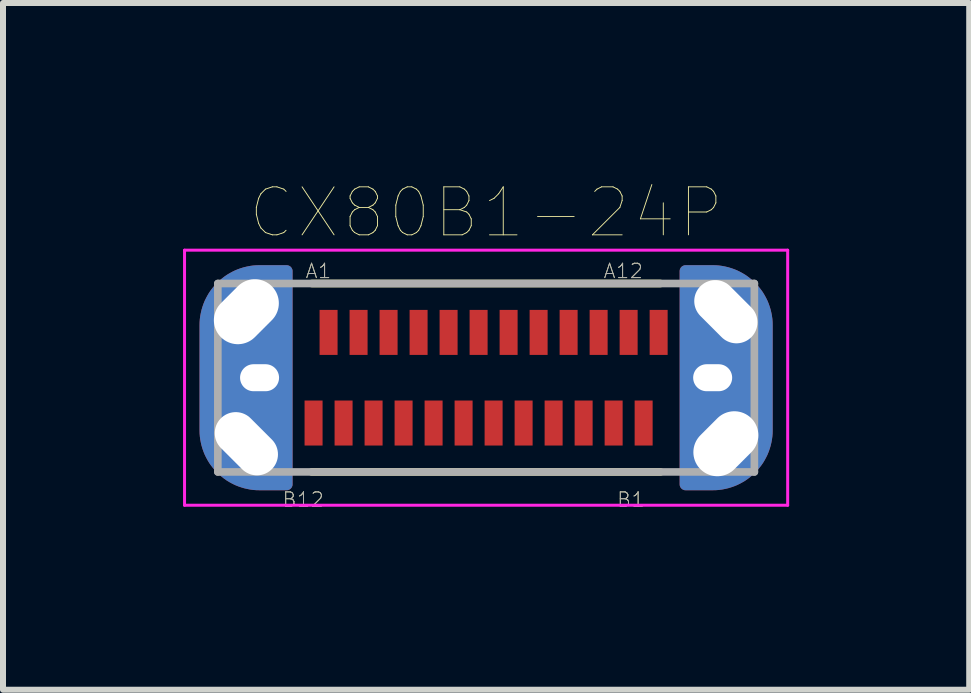
<source format=kicad_pcb>
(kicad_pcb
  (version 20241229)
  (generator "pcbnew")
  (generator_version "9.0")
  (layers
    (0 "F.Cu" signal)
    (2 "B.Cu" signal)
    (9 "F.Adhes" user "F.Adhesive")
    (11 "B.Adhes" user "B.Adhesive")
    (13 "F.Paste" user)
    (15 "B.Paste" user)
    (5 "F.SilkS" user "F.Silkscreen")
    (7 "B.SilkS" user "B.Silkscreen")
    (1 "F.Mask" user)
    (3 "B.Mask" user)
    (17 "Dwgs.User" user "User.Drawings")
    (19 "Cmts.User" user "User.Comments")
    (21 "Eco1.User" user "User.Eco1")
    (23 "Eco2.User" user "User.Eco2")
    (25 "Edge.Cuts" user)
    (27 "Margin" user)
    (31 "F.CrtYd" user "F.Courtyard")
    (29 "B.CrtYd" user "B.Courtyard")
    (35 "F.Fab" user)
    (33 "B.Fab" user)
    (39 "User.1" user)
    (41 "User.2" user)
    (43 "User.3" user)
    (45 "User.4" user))
  (footprint "CX80B1-24P"
    (layer "F.Cu")
    (at 5.05 3.244)
    (property "Reference" "CX80B1-24P" (at 0 -2.75 0) (layer "F.SilkS") (effects (font (size 0.8 0.8) (thickness 0.015))))
    (attr through_hole)
    (fp_poly (pts (xy -3.225 -1.775) (xy -3.225 1.775) (xy -3.225 1.78) (xy -3.226 1.785) (xy -3.226 1.791) (xy -3.227 1.796) (xy -3.228 1.801) (xy -3.23 1.806) (xy -3.232 1.811) (xy -3.234 1.816) (xy -3.236 1.82) (xy -3.238 1.825) (xy -3.241 1.829) (xy -3.244 1.834) (xy -3.247 1.838) (xy -3.251 1.842) (xy -3.254 1.846) (xy -3.258 1.849) (xy -3.262 1.853) (xy -3.266 1.856) (xy -3.271 1.859) (xy -3.275 1.862) (xy -3.28 1.864) (xy -3.284 1.866) (xy -3.289 1.868) (xy -3.294 1.87) (xy -3.299 1.872) (xy -3.304 1.873) (xy -3.309 1.874) (xy -3.315 1.874) (xy -3.32 1.875) (xy -3.325 1.875) (xy -3.775 1.875) (xy -3.827 1.874) (xy -3.88 1.87) (xy -3.931 1.863) (xy -3.983 1.853) (xy -4.034 1.841) (xy -4.084 1.826) (xy -4.133 1.809) (xy -4.182 1.789) (xy -4.229 1.766) (xy -4.275 1.741) (xy -4.32 1.714) (xy -4.363 1.684) (xy -4.404 1.652) (xy -4.444 1.618) (xy -4.482 1.582) (xy -4.518 1.544) (xy -4.552 1.504) (xy -4.584 1.463) (xy -4.614 1.42) (xy -4.641 1.375) (xy -4.666 1.329) (xy -4.689 1.282) (xy -4.709 1.233) (xy -4.726 1.184) (xy -4.741 1.134) (xy -4.753 1.083) (xy -4.763 1.031) (xy -4.77 0.98) (xy -4.774 0.927) (xy -4.775 0.875) (xy -4.775 -0.875) (xy -4.774 -0.927) (xy -4.77 -0.98) (xy -4.763 -1.031) (xy -4.753 -1.083) (xy -4.741 -1.134) (xy -4.726 -1.184) (xy -4.709 -1.233) (xy -4.689 -1.282) (xy -4.666 -1.329) (xy -4.641 -1.375) (xy -4.614 -1.42) (xy -4.584 -1.463) (xy -4.552 -1.504) (xy -4.518 -1.544) (xy -4.482 -1.582) (xy -4.444 -1.618) (xy -4.404 -1.652) (xy -4.363 -1.684) (xy -4.32 -1.714) (xy -4.275 -1.741) (xy -4.229 -1.766) (xy -4.182 -1.789) (xy -4.133 -1.809) (xy -4.084 -1.826) (xy -4.034 -1.841) (xy -3.983 -1.853) (xy -3.931 -1.863) (xy -3.88 -1.87) (xy -3.827 -1.874) (xy -3.775 -1.875) (xy -3.325 -1.875) (xy -3.32 -1.875) (xy -3.315 -1.874) (xy -3.309 -1.874) (xy -3.304 -1.873) (xy -3.299 -1.872) (xy -3.294 -1.87) (xy -3.289 -1.868) (xy -3.284 -1.866) (xy -3.28 -1.864) (xy -3.275 -1.862) (xy -3.271 -1.859) (xy -3.266 -1.856) (xy -3.262 -1.853) (xy -3.258 -1.849) (xy -3.254 -1.846) (xy -3.251 -1.842) (xy -3.247 -1.838) (xy -3.244 -1.834) (xy -3.241 -1.829) (xy -3.238 -1.825) (xy -3.236 -1.82) (xy -3.234 -1.816) (xy -3.232 -1.811) (xy -3.23 -1.806) (xy -3.228 -1.801) (xy -3.227 -1.796) (xy -3.226 -1.791) (xy -3.226 -1.785) (xy -3.225 -1.78) (xy -3.225 -1.775)) (stroke (width 0.0001) (type solid)) (fill yes) (layer "F.Cu"))
    (fp_poly (pts (xy 3.225 1.775) (xy 3.225 -1.775) (xy 3.225 -1.78) (xy 3.226 -1.785) (xy 3.226 -1.791) (xy 3.227 -1.796) (xy 3.228 -1.801) (xy 3.23 -1.806) (xy 3.232 -1.811) (xy 3.234 -1.816) (xy 3.236 -1.82) (xy 3.238 -1.825) (xy 3.241 -1.829) (xy 3.244 -1.834) (xy 3.247 -1.838) (xy 3.251 -1.842) (xy 3.254 -1.846) (xy 3.258 -1.849) (xy 3.262 -1.853) (xy 3.266 -1.856) (xy 3.271 -1.859) (xy 3.275 -1.862) (xy 3.28 -1.864) (xy 3.284 -1.866) (xy 3.289 -1.868) (xy 3.294 -1.87) (xy 3.299 -1.872) (xy 3.304 -1.873) (xy 3.309 -1.874) (xy 3.315 -1.874) (xy 3.32 -1.875) (xy 3.325 -1.875) (xy 3.775 -1.875) (xy 3.827 -1.874) (xy 3.88 -1.87) (xy 3.931 -1.863) (xy 3.983 -1.853) (xy 4.034 -1.841) (xy 4.084 -1.826) (xy 4.133 -1.809) (xy 4.182 -1.789) (xy 4.229 -1.766) (xy 4.275 -1.741) (xy 4.32 -1.714) (xy 4.363 -1.684) (xy 4.404 -1.652) (xy 4.444 -1.618) (xy 4.482 -1.582) (xy 4.518 -1.544) (xy 4.552 -1.504) (xy 4.584 -1.463) (xy 4.614 -1.42) (xy 4.641 -1.375) (xy 4.666 -1.329) (xy 4.689 -1.282) (xy 4.709 -1.233) (xy 4.726 -1.184) (xy 4.741 -1.134) (xy 4.753 -1.083) (xy 4.763 -1.031) (xy 4.77 -0.98) (xy 4.774 -0.927) (xy 4.775 -0.875) (xy 4.775 0.875) (xy 4.774 0.927) (xy 4.77 0.98) (xy 4.763 1.031) (xy 4.753 1.083) (xy 4.741 1.134) (xy 4.726 1.184) (xy 4.709 1.233) (xy 4.689 1.282) (xy 4.666 1.329) (xy 4.641 1.375) (xy 4.614 1.42) (xy 4.584 1.463) (xy 4.552 1.504) (xy 4.518 1.544) (xy 4.482 1.582) (xy 4.444 1.618) (xy 4.404 1.652) (xy 4.363 1.684) (xy 4.32 1.714) (xy 4.275 1.741) (xy 4.229 1.766) (xy 4.182 1.789) (xy 4.133 1.809) (xy 4.084 1.826) (xy 4.034 1.841) (xy 3.983 1.853) (xy 3.931 1.863) (xy 3.88 1.87) (xy 3.827 1.874) (xy 3.775 1.875) (xy 3.325 1.875) (xy 3.32 1.875) (xy 3.315 1.874) (xy 3.309 1.874) (xy 3.304 1.873) (xy 3.299 1.872) (xy 3.294 1.87) (xy 3.289 1.868) (xy 3.284 1.866) (xy 3.28 1.864) (xy 3.275 1.862) (xy 3.271 1.859) (xy 3.266 1.856) (xy 3.262 1.853) (xy 3.258 1.849) (xy 3.254 1.846) (xy 3.251 1.842) (xy 3.247 1.838) (xy 3.244 1.834) (xy 3.241 1.829) (xy 3.238 1.825) (xy 3.236 1.82) (xy 3.234 1.816) (xy 3.232 1.811) (xy 3.23 1.806) (xy 3.228 1.801) (xy 3.227 1.796) (xy 3.226 1.791) (xy 3.226 1.785) (xy 3.225 1.78) (xy 3.225 1.775)) (stroke (width 0.0001) (type solid)) (fill yes) (layer "F.Cu"))
    (fp_poly (pts (xy -3.125 -1.775) (xy -3.125 1.775) (xy -3.125 1.785) (xy -3.126 1.796) (xy -3.127 1.806) (xy -3.129 1.817) (xy -3.132 1.827) (xy -3.135 1.837) (xy -3.138 1.847) (xy -3.142 1.856) (xy -3.147 1.866) (xy -3.152 1.875) (xy -3.157 1.884) (xy -3.163 1.893) (xy -3.17 1.901) (xy -3.176 1.909) (xy -3.184 1.916) (xy -3.191 1.924) (xy -3.199 1.93) (xy -3.207 1.937) (xy -3.216 1.943) (xy -3.225 1.948) (xy -3.234 1.953) (xy -3.244 1.958) (xy -3.253 1.962) (xy -3.263 1.965) (xy -3.273 1.968) (xy -3.283 1.971) (xy -3.294 1.973) (xy -3.304 1.974) (xy -3.315 1.975) (xy -3.325 1.975) (xy -3.775 1.975) (xy -3.833 1.973) (xy -3.89 1.969) (xy -3.947 1.961) (xy -4.004 1.951) (xy -4.06 1.938) (xy -4.115 1.921) (xy -4.169 1.902) (xy -4.222 1.88) (xy -4.274 1.855) (xy -4.325 1.828) (xy -4.374 1.798) (xy -4.422 1.765) (xy -4.467 1.73) (xy -4.511 1.692) (xy -4.553 1.653) (xy -4.592 1.611) (xy -4.63 1.567) (xy -4.665 1.522) (xy -4.698 1.474) (xy -4.728 1.425) (xy -4.755 1.374) (xy -4.78 1.322) (xy -4.802 1.269) (xy -4.821 1.215) (xy -4.838 1.16) (xy -4.851 1.104) (xy -4.861 1.047) (xy -4.869 0.99) (xy -4.873 0.933) (xy -4.875 0.875) (xy -4.875 -0.875) (xy -4.873 -0.933) (xy -4.869 -0.99) (xy -4.861 -1.047) (xy -4.851 -1.104) (xy -4.838 -1.16) (xy -4.821 -1.215) (xy -4.802 -1.269) (xy -4.78 -1.322) (xy -4.755 -1.374) (xy -4.728 -1.425) (xy -4.698 -1.474) (xy -4.665 -1.522) (xy -4.63 -1.567) (xy -4.592 -1.611) (xy -4.553 -1.653) (xy -4.511 -1.692) (xy -4.467 -1.73) (xy -4.422 -1.765) (xy -4.374 -1.798) (xy -4.325 -1.828) (xy -4.274 -1.855) (xy -4.222 -1.88) (xy -4.169 -1.902) (xy -4.115 -1.921) (xy -4.06 -1.938) (xy -4.004 -1.951) (xy -3.947 -1.961) (xy -3.89 -1.969) (xy -3.833 -1.973) (xy -3.775 -1.975) (xy -3.325 -1.975) (xy -3.315 -1.975) (xy -3.304 -1.974) (xy -3.294 -1.973) (xy -3.283 -1.971) (xy -3.273 -1.968) (xy -3.263 -1.965) (xy -3.253 -1.962) (xy -3.244 -1.958) (xy -3.234 -1.953) (xy -3.225 -1.948) (xy -3.216 -1.943) (xy -3.207 -1.937) (xy -3.199 -1.93) (xy -3.191 -1.924) (xy -3.184 -1.916) (xy -3.176 -1.909) (xy -3.17 -1.901) (xy -3.163 -1.893) (xy -3.157 -1.884) (xy -3.152 -1.875) (xy -3.147 -1.866) (xy -3.142 -1.856) (xy -3.138 -1.847) (xy -3.135 -1.837) (xy -3.132 -1.827) (xy -3.129 -1.817) (xy -3.127 -1.806) (xy -3.126 -1.796) (xy -3.125 -1.785) (xy -3.125 -1.775)) (stroke (width 0.0001) (type solid)) (fill yes) (layer "F.Mask"))
    (fp_poly (pts (xy 3.125 1.775) (xy 3.125 -1.775) (xy 3.125 -1.785) (xy 3.126 -1.796) (xy 3.127 -1.806) (xy 3.129 -1.817) (xy 3.132 -1.827) (xy 3.135 -1.837) (xy 3.138 -1.847) (xy 3.142 -1.856) (xy 3.147 -1.866) (xy 3.152 -1.875) (xy 3.157 -1.884) (xy 3.163 -1.893) (xy 3.17 -1.901) (xy 3.176 -1.909) (xy 3.184 -1.916) (xy 3.191 -1.924) (xy 3.199 -1.93) (xy 3.207 -1.937) (xy 3.216 -1.943) (xy 3.225 -1.948) (xy 3.234 -1.953) (xy 3.244 -1.958) (xy 3.253 -1.962) (xy 3.263 -1.965) (xy 3.273 -1.968) (xy 3.283 -1.971) (xy 3.294 -1.973) (xy 3.304 -1.974) (xy 3.315 -1.975) (xy 3.325 -1.975) (xy 3.775 -1.975) (xy 3.833 -1.973) (xy 3.89 -1.969) (xy 3.947 -1.961) (xy 4.004 -1.951) (xy 4.06 -1.938) (xy 4.115 -1.921) (xy 4.169 -1.902) (xy 4.222 -1.88) (xy 4.274 -1.855) (xy 4.325 -1.828) (xy 4.374 -1.798) (xy 4.422 -1.765) (xy 4.467 -1.73) (xy 4.511 -1.692) (xy 4.553 -1.653) (xy 4.592 -1.611) (xy 4.63 -1.567) (xy 4.665 -1.522) (xy 4.698 -1.474) (xy 4.728 -1.425) (xy 4.755 -1.374) (xy 4.78 -1.322) (xy 4.802 -1.269) (xy 4.821 -1.215) (xy 4.838 -1.16) (xy 4.851 -1.104) (xy 4.861 -1.047) (xy 4.869 -0.99) (xy 4.873 -0.933) (xy 4.875 -0.875) (xy 4.875 0.875) (xy 4.873 0.933) (xy 4.869 0.99) (xy 4.861 1.047) (xy 4.851 1.104) (xy 4.838 1.16) (xy 4.821 1.215) (xy 4.802 1.269) (xy 4.78 1.322) (xy 4.755 1.374) (xy 4.728 1.425) (xy 4.698 1.474) (xy 4.665 1.522) (xy 4.63 1.567) (xy 4.592 1.611) (xy 4.553 1.653) (xy 4.511 1.692) (xy 4.467 1.73) (xy 4.422 1.765) (xy 4.374 1.798) (xy 4.325 1.828) (xy 4.274 1.855) (xy 4.222 1.88) (xy 4.169 1.902) (xy 4.115 1.921) (xy 4.06 1.938) (xy 4.004 1.951) (xy 3.947 1.961) (xy 3.89 1.969) (xy 3.833 1.973) (xy 3.775 1.975) (xy 3.325 1.975) (xy 3.315 1.975) (xy 3.304 1.974) (xy 3.294 1.973) (xy 3.283 1.971) (xy 3.273 1.968) (xy 3.263 1.965) (xy 3.253 1.962) (xy 3.244 1.958) (xy 3.234 1.953) (xy 3.225 1.948) (xy 3.216 1.943) (xy 3.207 1.937) (xy 3.199 1.93) (xy 3.191 1.924) (xy 3.184 1.916) (xy 3.176 1.909) (xy 3.17 1.901) (xy 3.163 1.893) (xy 3.157 1.884) (xy 3.152 1.875) (xy 3.147 1.866) (xy 3.142 1.856) (xy 3.138 1.847) (xy 3.135 1.837) (xy 3.132 1.827) (xy 3.129 1.817) (xy 3.127 1.806) (xy 3.126 1.796) (xy 3.125 1.785) (xy 3.125 1.775)) (stroke (width 0.0001) (type solid)) (fill yes) (layer "F.Mask"))
    (fp_poly (pts (xy -3.225 -1.775) (xy -3.225 1.775) (xy -3.225 1.78) (xy -3.226 1.785) (xy -3.226 1.791) (xy -3.227 1.796) (xy -3.228 1.801) (xy -3.23 1.806) (xy -3.232 1.811) (xy -3.234 1.816) (xy -3.236 1.82) (xy -3.238 1.825) (xy -3.241 1.829) (xy -3.244 1.834) (xy -3.247 1.838) (xy -3.251 1.842) (xy -3.254 1.846) (xy -3.258 1.849) (xy -3.262 1.853) (xy -3.266 1.856) (xy -3.271 1.859) (xy -3.275 1.862) (xy -3.28 1.864) (xy -3.284 1.866) (xy -3.289 1.868) (xy -3.294 1.87) (xy -3.299 1.872) (xy -3.304 1.873) (xy -3.309 1.874) (xy -3.315 1.874) (xy -3.32 1.875) (xy -3.325 1.875) (xy -3.775 1.875) (xy -3.827 1.874) (xy -3.88 1.87) (xy -3.931 1.863) (xy -3.983 1.853) (xy -4.034 1.841) (xy -4.084 1.826) (xy -4.133 1.809) (xy -4.182 1.789) (xy -4.229 1.766) (xy -4.275 1.741) (xy -4.32 1.714) (xy -4.363 1.684) (xy -4.404 1.652) (xy -4.444 1.618) (xy -4.482 1.582) (xy -4.518 1.544) (xy -4.552 1.504) (xy -4.584 1.463) (xy -4.614 1.42) (xy -4.641 1.375) (xy -4.666 1.329) (xy -4.689 1.282) (xy -4.709 1.233) (xy -4.726 1.184) (xy -4.741 1.134) (xy -4.753 1.083) (xy -4.763 1.031) (xy -4.77 0.98) (xy -4.774 0.927) (xy -4.775 0.875) (xy -4.775 -0.875) (xy -4.774 -0.927) (xy -4.77 -0.98) (xy -4.763 -1.031) (xy -4.753 -1.083) (xy -4.741 -1.134) (xy -4.726 -1.184) (xy -4.709 -1.233) (xy -4.689 -1.282) (xy -4.666 -1.329) (xy -4.641 -1.375) (xy -4.614 -1.42) (xy -4.584 -1.463) (xy -4.552 -1.504) (xy -4.518 -1.544) (xy -4.482 -1.582) (xy -4.444 -1.618) (xy -4.404 -1.652) (xy -4.363 -1.684) (xy -4.32 -1.714) (xy -4.275 -1.741) (xy -4.229 -1.766) (xy -4.182 -1.789) (xy -4.133 -1.809) (xy -4.084 -1.826) (xy -4.034 -1.841) (xy -3.983 -1.853) (xy -3.931 -1.863) (xy -3.88 -1.87) (xy -3.827 -1.874) (xy -3.775 -1.875) (xy -3.325 -1.875) (xy -3.32 -1.875) (xy -3.315 -1.874) (xy -3.309 -1.874) (xy -3.304 -1.873) (xy -3.299 -1.872) (xy -3.294 -1.87) (xy -3.289 -1.868) (xy -3.284 -1.866) (xy -3.28 -1.864) (xy -3.275 -1.862) (xy -3.271 -1.859) (xy -3.266 -1.856) (xy -3.262 -1.853) (xy -3.258 -1.849) (xy -3.254 -1.846) (xy -3.251 -1.842) (xy -3.247 -1.838) (xy -3.244 -1.834) (xy -3.241 -1.829) (xy -3.238 -1.825) (xy -3.236 -1.82) (xy -3.234 -1.816) (xy -3.232 -1.811) (xy -3.23 -1.806) (xy -3.228 -1.801) (xy -3.227 -1.796) (xy -3.226 -1.791) (xy -3.226 -1.785) (xy -3.225 -1.78) (xy -3.225 -1.775)) (stroke (width 0.0001) (type solid)) (fill yes) (layer "B.Cu"))
    (fp_poly (pts (xy 3.225 1.775) (xy 3.225 -1.775) (xy 3.225 -1.78) (xy 3.226 -1.785) (xy 3.226 -1.791) (xy 3.227 -1.796) (xy 3.228 -1.801) (xy 3.23 -1.806) (xy 3.232 -1.811) (xy 3.234 -1.816) (xy 3.236 -1.82) (xy 3.238 -1.825) (xy 3.241 -1.829) (xy 3.244 -1.834) (xy 3.247 -1.838) (xy 3.251 -1.842) (xy 3.254 -1.846) (xy 3.258 -1.849) (xy 3.262 -1.853) (xy 3.266 -1.856) (xy 3.271 -1.859) (xy 3.275 -1.862) (xy 3.28 -1.864) (xy 3.284 -1.866) (xy 3.289 -1.868) (xy 3.294 -1.87) (xy 3.299 -1.872) (xy 3.304 -1.873) (xy 3.309 -1.874) (xy 3.315 -1.874) (xy 3.32 -1.875) (xy 3.325 -1.875) (xy 3.775 -1.875) (xy 3.827 -1.874) (xy 3.88 -1.87) (xy 3.931 -1.863) (xy 3.983 -1.853) (xy 4.034 -1.841) (xy 4.084 -1.826) (xy 4.133 -1.809) (xy 4.182 -1.789) (xy 4.229 -1.766) (xy 4.275 -1.741) (xy 4.32 -1.714) (xy 4.363 -1.684) (xy 4.404 -1.652) (xy 4.444 -1.618) (xy 4.482 -1.582) (xy 4.518 -1.544) (xy 4.552 -1.504) (xy 4.584 -1.463) (xy 4.614 -1.42) (xy 4.641 -1.375) (xy 4.666 -1.329) (xy 4.689 -1.282) (xy 4.709 -1.233) (xy 4.726 -1.184) (xy 4.741 -1.134) (xy 4.753 -1.083) (xy 4.763 -1.031) (xy 4.77 -0.98) (xy 4.774 -0.927) (xy 4.775 -0.875) (xy 4.775 0.875) (xy 4.774 0.927) (xy 4.77 0.98) (xy 4.763 1.031) (xy 4.753 1.083) (xy 4.741 1.134) (xy 4.726 1.184) (xy 4.709 1.233) (xy 4.689 1.282) (xy 4.666 1.329) (xy 4.641 1.375) (xy 4.614 1.42) (xy 4.584 1.463) (xy 4.552 1.504) (xy 4.518 1.544) (xy 4.482 1.582) (xy 4.444 1.618) (xy 4.404 1.652) (xy 4.363 1.684) (xy 4.32 1.714) (xy 4.275 1.741) (xy 4.229 1.766) (xy 4.182 1.789) (xy 4.133 1.809) (xy 4.084 1.826) (xy 4.034 1.841) (xy 3.983 1.853) (xy 3.931 1.863) (xy 3.88 1.87) (xy 3.827 1.874) (xy 3.775 1.875) (xy 3.325 1.875) (xy 3.32 1.875) (xy 3.315 1.874) (xy 3.309 1.874) (xy 3.304 1.873) (xy 3.299 1.872) (xy 3.294 1.87) (xy 3.289 1.868) (xy 3.284 1.866) (xy 3.28 1.864) (xy 3.275 1.862) (xy 3.271 1.859) (xy 3.266 1.856) (xy 3.262 1.853) (xy 3.258 1.849) (xy 3.254 1.846) (xy 3.251 1.842) (xy 3.247 1.838) (xy 3.244 1.834) (xy 3.241 1.829) (xy 3.238 1.825) (xy 3.236 1.82) (xy 3.234 1.816) (xy 3.232 1.811) (xy 3.23 1.806) (xy 3.228 1.801) (xy 3.227 1.796) (xy 3.226 1.791) (xy 3.226 1.785) (xy 3.225 1.78) (xy 3.225 1.775)) (stroke (width 0.0001) (type solid)) (fill yes) (layer "B.Cu"))
    (fp_poly (pts (xy -3.125 -1.775) (xy -3.125 1.775) (xy -3.125 1.785) (xy -3.126 1.796) (xy -3.127 1.806) (xy -3.129 1.817) (xy -3.132 1.827) (xy -3.135 1.837) (xy -3.138 1.847) (xy -3.142 1.856) (xy -3.147 1.866) (xy -3.152 1.875) (xy -3.157 1.884) (xy -3.163 1.893) (xy -3.17 1.901) (xy -3.176 1.909) (xy -3.184 1.916) (xy -3.191 1.924) (xy -3.199 1.93) (xy -3.207 1.937) (xy -3.216 1.943) (xy -3.225 1.948) (xy -3.234 1.953) (xy -3.244 1.958) (xy -3.253 1.962) (xy -3.263 1.965) (xy -3.273 1.968) (xy -3.283 1.971) (xy -3.294 1.973) (xy -3.304 1.974) (xy -3.315 1.975) (xy -3.325 1.975) (xy -3.775 1.975) (xy -3.833 1.973) (xy -3.89 1.969) (xy -3.947 1.961) (xy -4.004 1.951) (xy -4.06 1.938) (xy -4.115 1.921) (xy -4.169 1.902) (xy -4.222 1.88) (xy -4.274 1.855) (xy -4.325 1.828) (xy -4.374 1.798) (xy -4.422 1.765) (xy -4.467 1.73) (xy -4.511 1.692) (xy -4.553 1.653) (xy -4.592 1.611) (xy -4.63 1.567) (xy -4.665 1.522) (xy -4.698 1.474) (xy -4.728 1.425) (xy -4.755 1.374) (xy -4.78 1.322) (xy -4.802 1.269) (xy -4.821 1.215) (xy -4.838 1.16) (xy -4.851 1.104) (xy -4.861 1.047) (xy -4.869 0.99) (xy -4.873 0.933) (xy -4.875 0.875) (xy -4.875 -0.875) (xy -4.873 -0.933) (xy -4.869 -0.99) (xy -4.861 -1.047) (xy -4.851 -1.104) (xy -4.838 -1.16) (xy -4.821 -1.215) (xy -4.802 -1.269) (xy -4.78 -1.322) (xy -4.755 -1.374) (xy -4.728 -1.425) (xy -4.698 -1.474) (xy -4.665 -1.522) (xy -4.63 -1.567) (xy -4.592 -1.611) (xy -4.553 -1.653) (xy -4.511 -1.692) (xy -4.467 -1.73) (xy -4.422 -1.765) (xy -4.374 -1.798) (xy -4.325 -1.828) (xy -4.274 -1.855) (xy -4.222 -1.88) (xy -4.169 -1.902) (xy -4.115 -1.921) (xy -4.06 -1.938) (xy -4.004 -1.951) (xy -3.947 -1.961) (xy -3.89 -1.969) (xy -3.833 -1.973) (xy -3.775 -1.975) (xy -3.325 -1.975) (xy -3.315 -1.975) (xy -3.304 -1.974) (xy -3.294 -1.973) (xy -3.283 -1.971) (xy -3.273 -1.968) (xy -3.263 -1.965) (xy -3.253 -1.962) (xy -3.244 -1.958) (xy -3.234 -1.953) (xy -3.225 -1.948) (xy -3.216 -1.943) (xy -3.207 -1.937) (xy -3.199 -1.93) (xy -3.191 -1.924) (xy -3.184 -1.916) (xy -3.176 -1.909) (xy -3.17 -1.901) (xy -3.163 -1.893) (xy -3.157 -1.884) (xy -3.152 -1.875) (xy -3.147 -1.866) (xy -3.142 -1.856) (xy -3.138 -1.847) (xy -3.135 -1.837) (xy -3.132 -1.827) (xy -3.129 -1.817) (xy -3.127 -1.806) (xy -3.126 -1.796) (xy -3.125 -1.785) (xy -3.125 -1.775)) (stroke (width 0.0001) (type solid)) (fill yes) (layer "B.Mask"))
    (fp_poly (pts (xy 3.125 1.775) (xy 3.125 -1.775) (xy 3.125 -1.785) (xy 3.126 -1.796) (xy 3.127 -1.806) (xy 3.129 -1.817) (xy 3.132 -1.827) (xy 3.135 -1.837) (xy 3.138 -1.847) (xy 3.142 -1.856) (xy 3.147 -1.866) (xy 3.152 -1.875) (xy 3.157 -1.884) (xy 3.163 -1.893) (xy 3.17 -1.901) (xy 3.176 -1.909) (xy 3.184 -1.916) (xy 3.191 -1.924) (xy 3.199 -1.93) (xy 3.207 -1.937) (xy 3.216 -1.943) (xy 3.225 -1.948) (xy 3.234 -1.953) (xy 3.244 -1.958) (xy 3.253 -1.962) (xy 3.263 -1.965) (xy 3.273 -1.968) (xy 3.283 -1.971) (xy 3.294 -1.973) (xy 3.304 -1.974) (xy 3.315 -1.975) (xy 3.325 -1.975) (xy 3.775 -1.975) (xy 3.833 -1.973) (xy 3.89 -1.969) (xy 3.947 -1.961) (xy 4.004 -1.951) (xy 4.06 -1.938) (xy 4.115 -1.921) (xy 4.169 -1.902) (xy 4.222 -1.88) (xy 4.274 -1.855) (xy 4.325 -1.828) (xy 4.374 -1.798) (xy 4.422 -1.765) (xy 4.467 -1.73) (xy 4.511 -1.692) (xy 4.553 -1.653) (xy 4.592 -1.611) (xy 4.63 -1.567) (xy 4.665 -1.522) (xy 4.698 -1.474) (xy 4.728 -1.425) (xy 4.755 -1.374) (xy 4.78 -1.322) (xy 4.802 -1.269) (xy 4.821 -1.215) (xy 4.838 -1.16) (xy 4.851 -1.104) (xy 4.861 -1.047) (xy 4.869 -0.99) (xy 4.873 -0.933) (xy 4.875 -0.875) (xy 4.875 0.875) (xy 4.873 0.933) (xy 4.869 0.99) (xy 4.861 1.047) (xy 4.851 1.104) (xy 4.838 1.16) (xy 4.821 1.215) (xy 4.802 1.269) (xy 4.78 1.322) (xy 4.755 1.374) (xy 4.728 1.425) (xy 4.698 1.474) (xy 4.665 1.522) (xy 4.63 1.567) (xy 4.592 1.611) (xy 4.553 1.653) (xy 4.511 1.692) (xy 4.467 1.73) (xy 4.422 1.765) (xy 4.374 1.798) (xy 4.325 1.828) (xy 4.274 1.855) (xy 4.222 1.88) (xy 4.169 1.902) (xy 4.115 1.921) (xy 4.06 1.938) (xy 4.004 1.951) (xy 3.947 1.961) (xy 3.89 1.969) (xy 3.833 1.973) (xy 3.775 1.975) (xy 3.325 1.975) (xy 3.315 1.975) (xy 3.304 1.974) (xy 3.294 1.973) (xy 3.283 1.971) (xy 3.273 1.968) (xy 3.263 1.965) (xy 3.253 1.962) (xy 3.244 1.958) (xy 3.234 1.953) (xy 3.225 1.948) (xy 3.216 1.943) (xy 3.207 1.937) (xy 3.199 1.93) (xy 3.191 1.924) (xy 3.184 1.916) (xy 3.176 1.909) (xy 3.17 1.901) (xy 3.163 1.893) (xy 3.157 1.884) (xy 3.152 1.875) (xy 3.147 1.866) (xy 3.142 1.856) (xy 3.138 1.847) (xy 3.135 1.837) (xy 3.132 1.827) (xy 3.129 1.817) (xy 3.127 1.806) (xy 3.126 1.796) (xy 3.125 1.785) (xy 3.125 1.775)) (stroke (width 0.0001) (type solid)) (fill yes) (layer "B.Mask"))
    (fp_line (start -2.905 1.57) (end 2.905 1.57) (stroke (width 0.127) (type solid)) (layer "F.SilkS"))
    (fp_line (start 2.905 -1.57) (end -2.905 -1.57) (stroke (width 0.127) (type solid)) (layer "F.SilkS"))
    (fp_line (start -5.025 -2.125) (end 5.025 -2.125) (stroke (width 0.05) (type solid)) (layer "F.CrtYd"))
    (fp_line (start -5.025 2.125) (end -5.025 -2.125) (stroke (width 0.05) (type solid)) (layer "F.CrtYd"))
    (fp_line (start 5.025 -2.125) (end 5.025 2.125) (stroke (width 0.05) (type solid)) (layer "F.CrtYd"))
    (fp_line (start 5.025 2.125) (end -5.025 2.125) (stroke (width 0.05) (type solid)) (layer "F.CrtYd"))
    (fp_line (start -4.47 -1.57) (end -4.47 1.57) (stroke (width 0.127) (type solid)) (layer "F.Fab"))
    (fp_line (start -4.47 1.57) (end 4.47 1.57) (stroke (width 0.127) (type solid)) (layer "F.Fab"))
    (fp_line (start 4.47 -1.57) (end -4.47 -1.57) (stroke (width 0.127) (type solid)) (layer "F.Fab"))
    (fp_line (start 4.47 1.57) (end 4.47 -1.57) (stroke (width 0.127) (type solid)) (layer "F.Fab"))
    (fp_text user "B12" (at -3.048 2.032 0) (layer "F.SilkS") (effects (font (size 0.24 0.24) (thickness 0.015))))
    (fp_text user "A12" (at 2.286 -1.778 0) (layer "F.SilkS") (effects (font (size 0.24 0.24) (thickness 0.015))))
    (fp_text user "A1" (at -2.794 -1.778 0) (layer "F.SilkS") (effects (font (size 0.24 0.24) (thickness 0.015))))
    (fp_text user "B1" (at 2.413 2.032 0) (layer "F.SilkS") (effects (font (size 0.24 0.24) (thickness 0.015))))
    (fp_text user "A1" (at -2.794 -1.778 0) (layer "F.Fab") (effects (font (size 0.24 0.24) (thickness 0.015))))
    (fp_text user "B1" (at 2.413 2.032 0) (layer "F.Fab") (effects (font (size 0.24 0.24) (thickness 0.015))))
    (fp_text user "B12" (at -3.048 2.032 0) (layer "F.Fab") (effects (font (size 0.24 0.24) (thickness 0.015))))
    (fp_text user "A12" (at 2.286 -1.778 0) (layer "F.Fab") (effects (font (size 0.24 0.24) (thickness 0.015))))
    (pad "A1" smd rect (at -2.625 -0.755) (size 0.3 0.75) (layers "F.Cu" "F.Mask" "F.Paste"))
    (pad "A2" smd rect (at -2.125 -0.755) (size 0.3 0.75) (layers "F.Cu" "F.Mask" "F.Paste"))
    (pad "A3" smd rect (at -1.625 -0.755) (size 0.3 0.75) (layers "F.Cu" "F.Mask" "F.Paste"))
    (pad "A4" smd rect (at -1.125 -0.755) (size 0.3 0.75) (layers "F.Cu" "F.Mask" "F.Paste"))
    (pad "A5" smd rect (at -0.625 -0.755) (size 0.3 0.75) (layers "F.Cu" "F.Mask" "F.Paste"))
    (pad "A6" smd rect (at -0.125 -0.755) (size 0.3 0.75) (layers "F.Cu" "F.Mask" "F.Paste"))
    (pad "A7" smd rect (at 0.375 -0.755) (size 0.3 0.75) (layers "F.Cu" "F.Mask" "F.Paste"))
    (pad "A8" smd rect (at 0.875 -0.755) (size 0.3 0.75) (layers "F.Cu" "F.Mask" "F.Paste"))
    (pad "A9" smd rect (at 1.375 -0.755) (size 0.3 0.75) (layers "F.Cu" "F.Mask" "F.Paste"))
    (pad "A10" smd rect (at 1.875 -0.755) (size 0.3 0.75) (layers "F.Cu" "F.Mask" "F.Paste"))
    (pad "A11" smd rect (at 2.375 -0.755) (size 0.3 0.75) (layers "F.Cu" "F.Mask" "F.Paste"))
    (pad "A12" smd rect (at 2.875 -0.755) (size 0.3 0.75) (layers "F.Cu" "F.Mask" "F.Paste"))
    (pad "B1" smd rect (at 2.625 0.755) (size 0.3 0.75) (layers "F.Cu" "F.Mask" "F.Paste"))
    (pad "B2" smd rect (at 2.125 0.755) (size 0.3 0.75) (layers "F.Cu" "F.Mask" "F.Paste"))
    (pad "B3" smd rect (at 1.625 0.755) (size 0.3 0.75) (layers "F.Cu" "F.Mask" "F.Paste"))
    (pad "B4" smd rect (at 1.125 0.755) (size 0.3 0.75) (layers "F.Cu" "F.Mask" "F.Paste"))
    (pad "B5" smd rect (at 0.625 0.755) (size 0.3 0.75) (layers "F.Cu" "F.Mask" "F.Paste"))
    (pad "B6" smd rect (at 0.125 0.755) (size 0.3 0.75) (layers "F.Cu" "F.Mask" "F.Paste"))
    (pad "B7" smd rect (at -0.375 0.755) (size 0.3 0.75) (layers "F.Cu" "F.Mask" "F.Paste"))
    (pad "B8" smd rect (at -0.875 0.755) (size 0.3 0.75) (layers "F.Cu" "F.Mask" "F.Paste"))
    (pad "B9" smd rect (at -1.375 0.755) (size 0.3 0.75) (layers "F.Cu" "F.Mask" "F.Paste"))
    (pad "B10" smd rect (at -1.875 0.755) (size 0.3 0.75) (layers "F.Cu" "F.Mask" "F.Paste"))
    (pad "B11" smd rect (at -2.375 0.755) (size 0.3 0.75) (layers "F.Cu" "F.Mask" "F.Paste"))
    (pad "B12" smd rect (at -2.875 0.755) (size 0.3 0.75) (layers "F.Cu" "F.Mask" "F.Paste"))
    (pad "S1" thru_hole oval (at -3.995 -1.1 45) (size 1.2 0.8) (drill oval 1.2 0.8) (layers "*.Cu" "*.Mask"))
    (pad "S2" thru_hole oval (at 3.995 -1.1 315) (size 1.2 0.7) (drill oval 1.2 0.7) (layers "*.Cu" "*.Mask"))
    (pad "S3" thru_hole oval (at -3.995 1.1 315) (size 1.2 0.7) (drill oval 1.2 0.7) (layers "*.Cu" "*.Mask"))
    (pad "S4" thru_hole oval (at 3.995 1.1 45) (size 1.2 0.8) (drill oval 1.2 0.8) (layers "*.Cu" "*.Mask"))
    (pad "S5" thru_hole oval (at -3.775 0) (size 0.65 0.45) (drill oval 0.65 0.45) (layers "*.Cu" "*.Mask"))
    (pad "S6" thru_hole oval (at 3.775 0) (size 0.65 0.45) (drill oval 0.65 0.45) (layers "*.Cu" "*.Mask")))
  (gr_rect
    (start -3 -3)
    (end 13.1 8.443)
    (stroke (width 0.1) (type default))
    (fill no)
    (layer "Edge.Cuts")))
</source>
